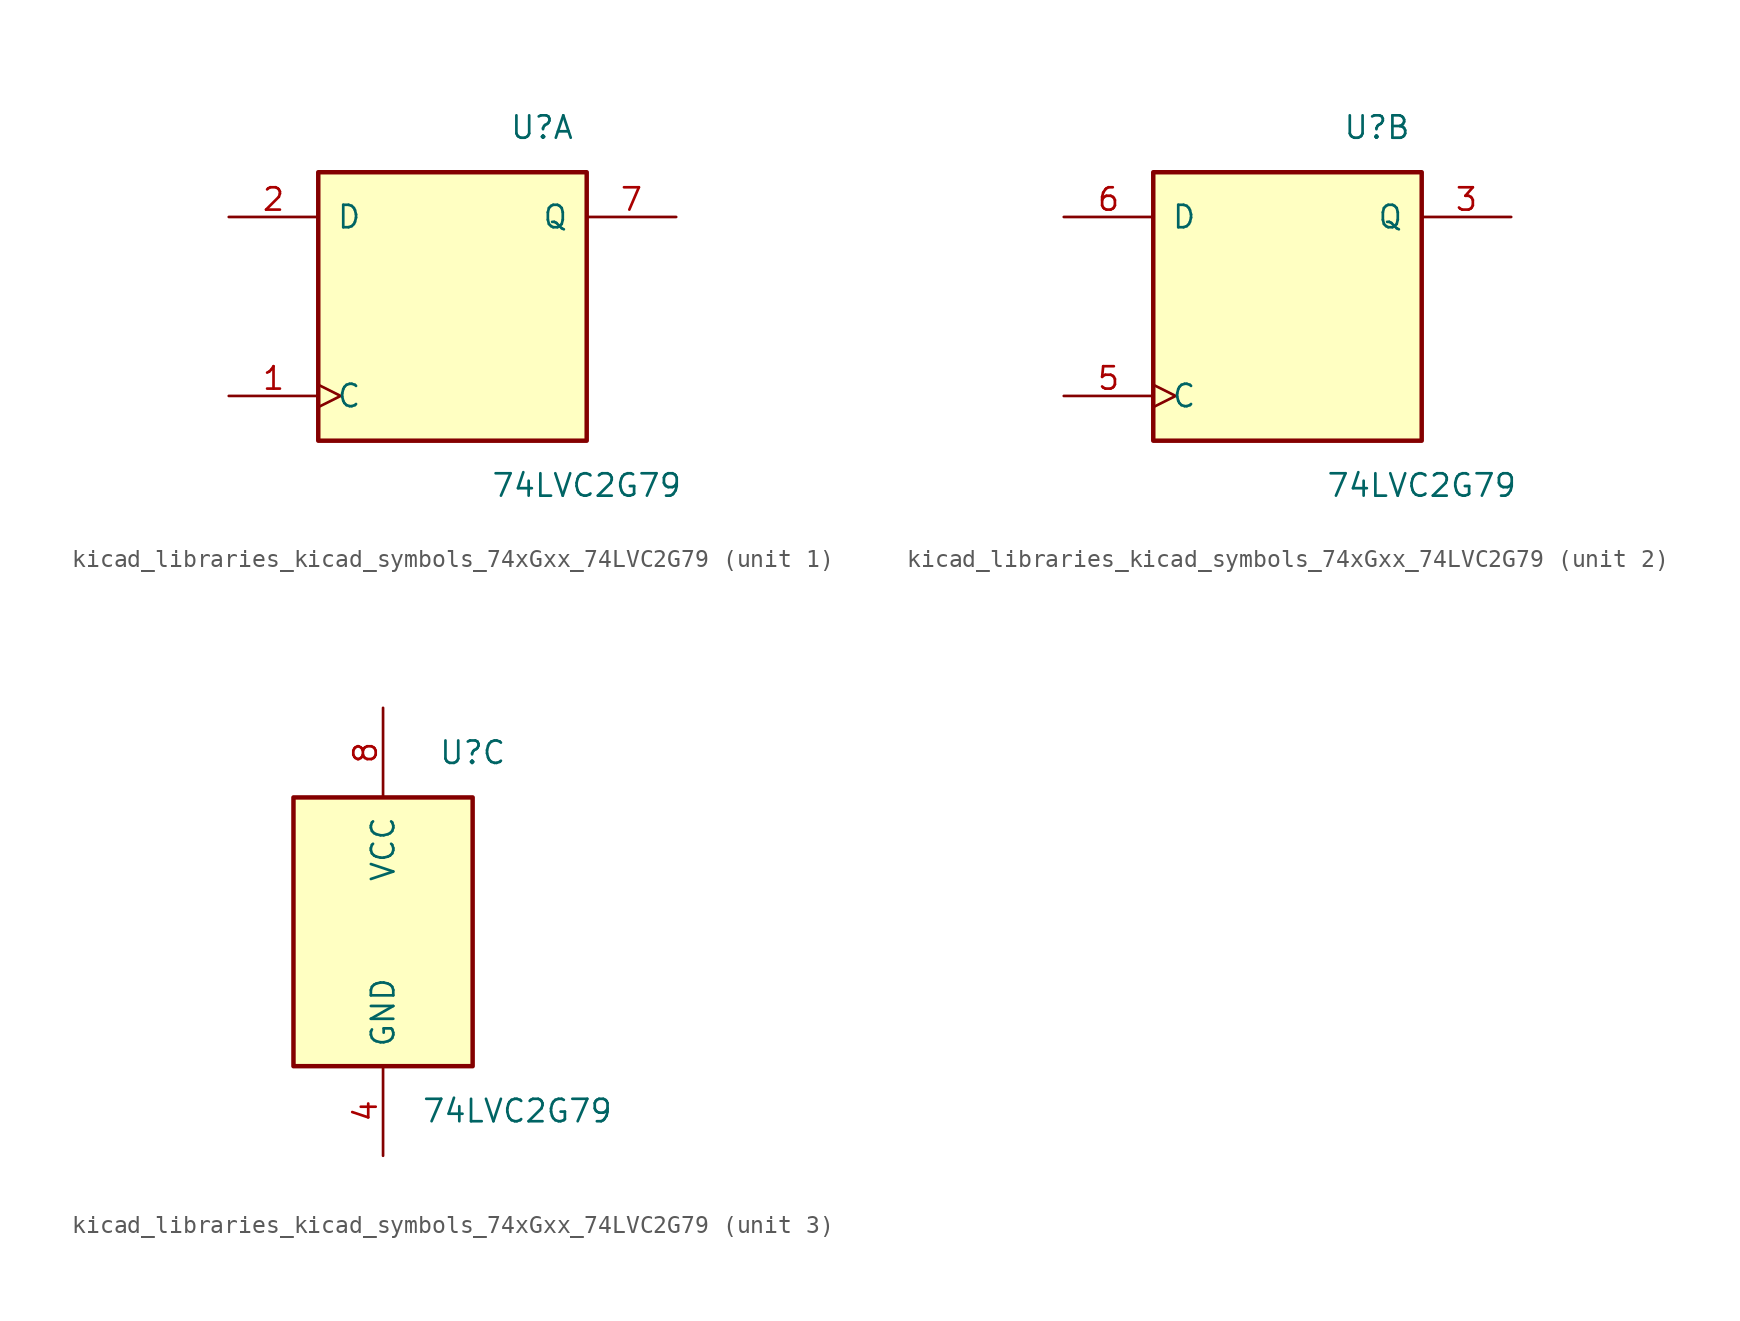
<source format=kicad_sym>
(kicad_symbol_lib
  (version 20220914)
  (generator kicad_symbol_editor)
  (symbol "kicad_libraries_kicad_symbols_74xGxx_74LVC2G79"
    (pin_names
      (offset 1.016))
    (property "Reference" "U"
      (at 5.08 10.16 0)
      (effects (font (size 1.27 1.27))))
    (property "Value" "74LVC2G79"
      (at 7.62 -10.16 0)
      (effects (font (size 1.27 1.27))))
    (symbol "kicad_libraries_kicad_symbols_74xGxx_74LVC2G79_1_1"
      (rectangle (start -7.62 7.62) (end 7.62 -7.62) (stroke (width 0.254) (type default)) (fill (type background)))
      (pin input clock (at -12.7 -5.08 0) (length 5.08) (name "C" (effects (font (size 1.27 1.27)))) (number "1" (effects (font (size 1.27 1.27)))))
      (pin input line (at -12.7 5.08 0) (length 5.08) (name "D" (effects (font (size 1.27 1.27)))) (number "2" (effects (font (size 1.27 1.27)))))
      (pin output line (at 12.7 5.08 180) (length 5.08) (name "Q" (effects (font (size 1.27 1.27)))) (number "7" (effects (font (size 1.27 1.27))))))
    (symbol "kicad_libraries_kicad_symbols_74xGxx_74LVC2G79_2_1"
      (rectangle (start -7.62 7.62) (end 7.62 -7.62) (stroke (width 0.254) (type default)) (fill (type background)))
      (pin output line (at 12.7 5.08 180) (length 5.08) (name "Q" (effects (font (size 1.27 1.27)))) (number "3" (effects (font (size 1.27 1.27)))))
      (pin input clock (at -12.7 -5.08 0) (length 5.08) (name "C" (effects (font (size 1.27 1.27)))) (number "5" (effects (font (size 1.27 1.27)))))
      (pin input line (at -12.7 5.08 0) (length 5.08) (name "D" (effects (font (size 1.27 1.27)))) (number "6" (effects (font (size 1.27 1.27))))))
    (symbol "kicad_libraries_kicad_symbols_74xGxx_74LVC2G79_3_0"
      (rectangle (start -5.08 -7.62) (end 5.08 7.62) (stroke (width 0.254) (type default)) (fill (type background))))
    (symbol "kicad_libraries_kicad_symbols_74xGxx_74LVC2G79_3_1"
      (pin power_in line (at 0 -12.7 90) (length 5.08) (name "GND" (effects (font (size 1.27 1.27)))) (number "4" (effects (font (size 1.27 1.27)))))
      (pin power_in line (at 0 12.7 270) (length 5.08) (name "VCC" (effects (font (size 1.27 1.27)))) (number "8" (effects (font (size 1.27 1.27))))))))
</source>
